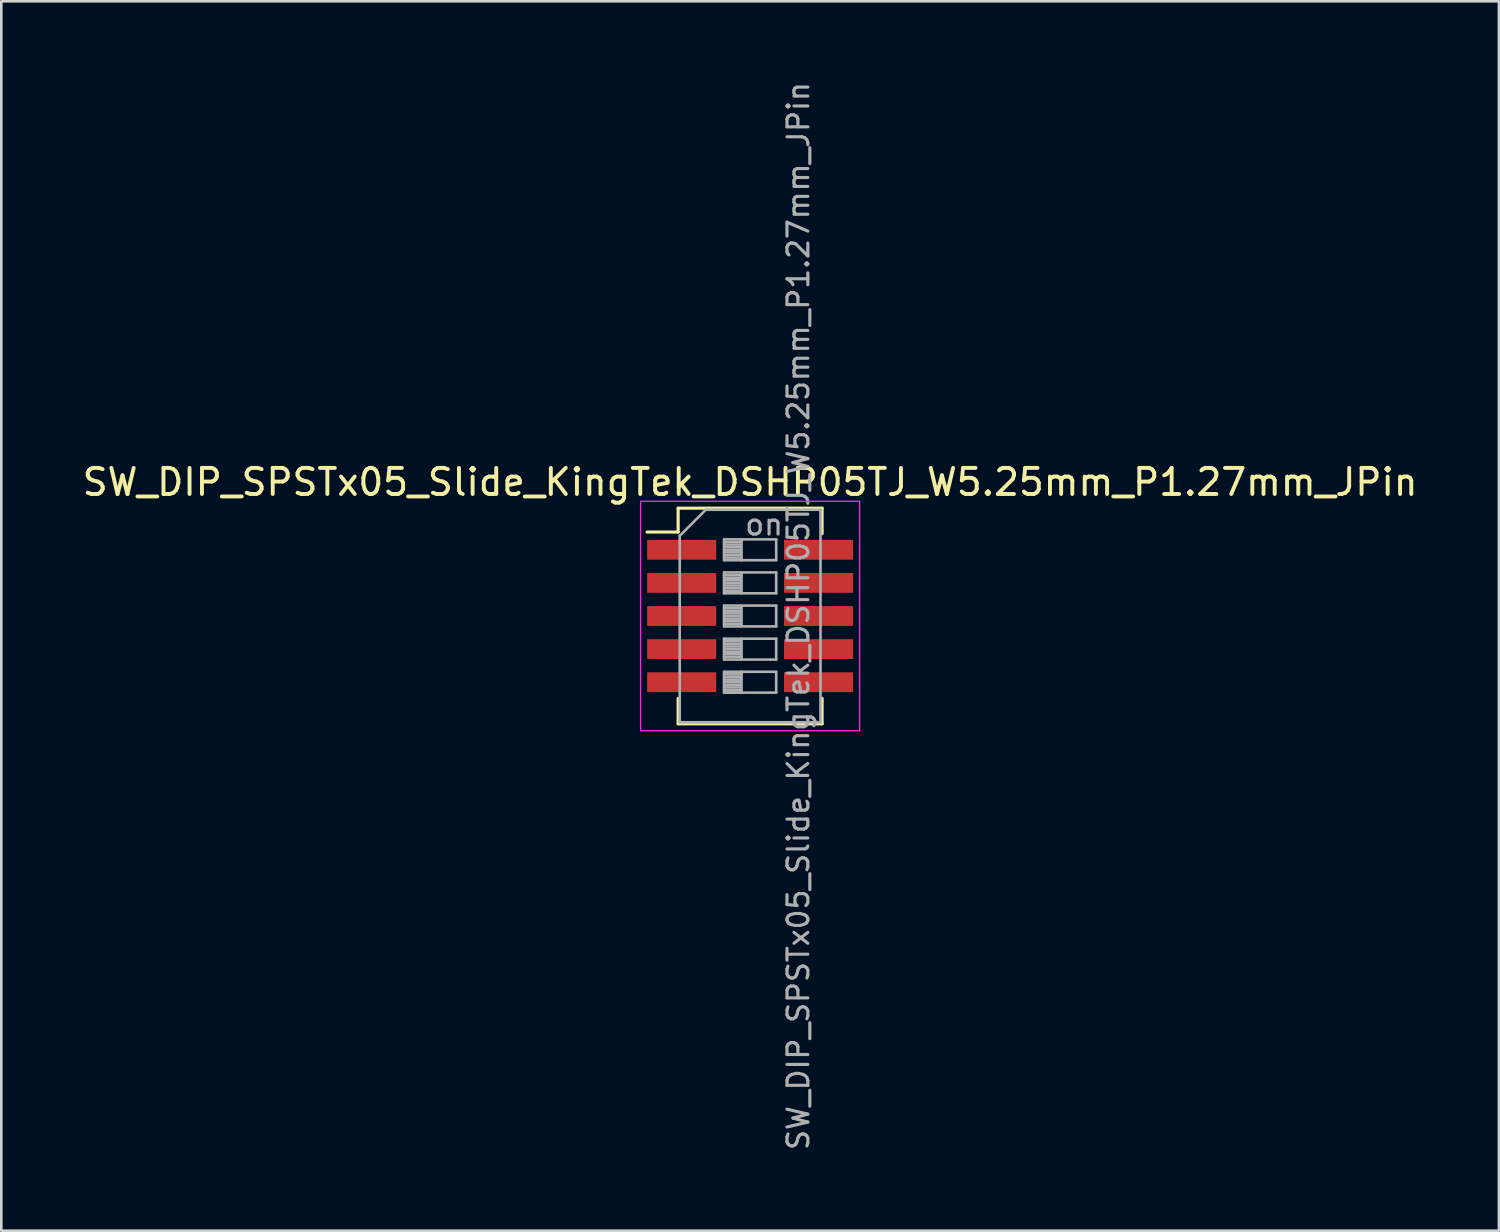
<source format=kicad_pcb>
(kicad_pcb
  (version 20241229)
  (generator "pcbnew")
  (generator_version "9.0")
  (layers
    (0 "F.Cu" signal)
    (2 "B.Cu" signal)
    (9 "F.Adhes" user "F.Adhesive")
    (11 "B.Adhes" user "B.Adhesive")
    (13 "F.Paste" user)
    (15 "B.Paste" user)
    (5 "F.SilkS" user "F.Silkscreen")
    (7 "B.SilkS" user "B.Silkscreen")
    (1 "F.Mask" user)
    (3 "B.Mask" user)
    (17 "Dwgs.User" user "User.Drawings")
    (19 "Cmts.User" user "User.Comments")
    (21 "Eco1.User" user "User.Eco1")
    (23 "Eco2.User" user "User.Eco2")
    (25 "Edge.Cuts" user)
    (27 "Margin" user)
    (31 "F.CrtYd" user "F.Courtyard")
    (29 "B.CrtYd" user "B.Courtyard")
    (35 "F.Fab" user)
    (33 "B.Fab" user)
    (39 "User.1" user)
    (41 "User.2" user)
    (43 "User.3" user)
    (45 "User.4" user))
  (footprint "SW_DIP_SPSTx05_Slide_KingTek_DSHP05TJ_W5.25mm_P1.27mm_JPin"
    (layer "F.Cu")
    (at 25.72 20.576)
    (property "Reference" "SW_DIP_SPSTx05_Slide_KingTek_DSHP05TJ_W5.25mm_P1.27mm_JPin" (at 0 -5.135 0) (layer "F.SilkS") (effects (font (size 1 1) (thickness 0.15))))
    (attr smd)
    (fp_line (start -3.951 -3.22) (end -2.761 -3.22) (stroke (width 0.12) (type solid)) (layer "F.SilkS"))
    (fp_line (start -2.761 -4.135) (end -2.761 -3.22) (stroke (width 0.12) (type solid)) (layer "F.SilkS"))
    (fp_line (start -2.761 -4.135) (end 2.76 -4.135) (stroke (width 0.12) (type solid)) (layer "F.SilkS"))
    (fp_line (start -2.761 3.16) (end -2.761 4.135) (stroke (width 0.12) (type solid)) (layer "F.SilkS"))
    (fp_line (start -2.761 4.135) (end 2.76 4.135) (stroke (width 0.12) (type solid)) (layer "F.SilkS"))
    (fp_line (start 2.76 -4.135) (end 2.76 -3.16) (stroke (width 0.12) (type solid)) (layer "F.SilkS"))
    (fp_line (start 2.76 3.16) (end 2.76 4.135) (stroke (width 0.12) (type solid)) (layer "F.SilkS"))
    (fp_line (start -4.2 -4.4) (end -4.2 4.4) (stroke (width 0.05) (type solid)) (layer "F.CrtYd"))
    (fp_line (start -4.2 4.4) (end 4.2 4.4) (stroke (width 0.05) (type solid)) (layer "F.CrtYd"))
    (fp_line (start 4.2 -4.4) (end -4.2 -4.4) (stroke (width 0.05) (type solid)) (layer "F.CrtYd"))
    (fp_line (start 4.2 4.4) (end 4.2 -4.4) (stroke (width 0.05) (type solid)) (layer "F.CrtYd"))
    (fp_line (start -2.7 -3.075) (end -1.7 -4.075) (stroke (width 0.1) (type solid)) (layer "F.Fab"))
    (fp_line (start -2.7 4.075) (end -2.7 -3.075) (stroke (width 0.1) (type solid)) (layer "F.Fab"))
    (fp_line (start -1.7 -4.075) (end 2.7 -4.075) (stroke (width 0.1) (type solid)) (layer "F.Fab"))
    (fp_line (start -1 -2.94) (end -1 -2.14) (stroke (width 0.1) (type solid)) (layer "F.Fab"))
    (fp_line (start -1 -2.84) (end -0.333 -2.84) (stroke (width 0.1) (type solid)) (layer "F.Fab"))
    (fp_line (start -1 -2.74) (end -0.333 -2.74) (stroke (width 0.1) (type solid)) (layer "F.Fab"))
    (fp_line (start -1 -2.64) (end -0.333 -2.64) (stroke (width 0.1) (type solid)) (layer "F.Fab"))
    (fp_line (start -1 -2.54) (end -0.333 -2.54) (stroke (width 0.1) (type solid)) (layer "F.Fab"))
    (fp_line (start -1 -2.44) (end -0.333 -2.44) (stroke (width 0.1) (type solid)) (layer "F.Fab"))
    (fp_line (start -1 -2.34) (end -0.333 -2.34) (stroke (width 0.1) (type solid)) (layer "F.Fab"))
    (fp_line (start -1 -2.24) (end -0.333 -2.24) (stroke (width 0.1) (type solid)) (layer "F.Fab"))
    (fp_line (start -1 -2.14) (end 1 -2.14) (stroke (width 0.1) (type solid)) (layer "F.Fab"))
    (fp_line (start -1 -1.67) (end -1 -0.87) (stroke (width 0.1) (type solid)) (layer "F.Fab"))
    (fp_line (start -1 -1.57) (end -0.333 -1.57) (stroke (width 0.1) (type solid)) (layer "F.Fab"))
    (fp_line (start -1 -1.47) (end -0.333 -1.47) (stroke (width 0.1) (type solid)) (layer "F.Fab"))
    (fp_line (start -1 -1.37) (end -0.333 -1.37) (stroke (width 0.1) (type solid)) (layer "F.Fab"))
    (fp_line (start -1 -1.27) (end -0.333 -1.27) (stroke (width 0.1) (type solid)) (layer "F.Fab"))
    (fp_line (start -1 -1.17) (end -0.333 -1.17) (stroke (width 0.1) (type solid)) (layer "F.Fab"))
    (fp_line (start -1 -1.07) (end -0.333 -1.07) (stroke (width 0.1) (type solid)) (layer "F.Fab"))
    (fp_line (start -1 -0.97) (end -0.333 -0.97) (stroke (width 0.1) (type solid)) (layer "F.Fab"))
    (fp_line (start -1 -0.87) (end 1 -0.87) (stroke (width 0.1) (type solid)) (layer "F.Fab"))
    (fp_line (start -1 -0.4) (end -1 0.4) (stroke (width 0.1) (type solid)) (layer "F.Fab"))
    (fp_line (start -1 -0.3) (end -0.333 -0.3) (stroke (width 0.1) (type solid)) (layer "F.Fab"))
    (fp_line (start -1 -0.2) (end -0.333 -0.2) (stroke (width 0.1) (type solid)) (layer "F.Fab"))
    (fp_line (start -1 -0.1) (end -0.333 -0.1) (stroke (width 0.1) (type solid)) (layer "F.Fab"))
    (fp_line (start -1 0) (end -0.333 0) (stroke (width 0.1) (type solid)) (layer "F.Fab"))
    (fp_line (start -1 0.1) (end -0.333 0.1) (stroke (width 0.1) (type solid)) (layer "F.Fab"))
    (fp_line (start -1 0.2) (end -0.333 0.2) (stroke (width 0.1) (type solid)) (layer "F.Fab"))
    (fp_line (start -1 0.3) (end -0.333 0.3) (stroke (width 0.1) (type solid)) (layer "F.Fab"))
    (fp_line (start -1 0.4) (end 1 0.4) (stroke (width 0.1) (type solid)) (layer "F.Fab"))
    (fp_line (start -1 0.87) (end -1 1.67) (stroke (width 0.1) (type solid)) (layer "F.Fab"))
    (fp_line (start -1 0.97) (end -0.333 0.97) (stroke (width 0.1) (type solid)) (layer "F.Fab"))
    (fp_line (start -1 1.07) (end -0.333 1.07) (stroke (width 0.1) (type solid)) (layer "F.Fab"))
    (fp_line (start -1 1.17) (end -0.333 1.17) (stroke (width 0.1) (type solid)) (layer "F.Fab"))
    (fp_line (start -1 1.27) (end -0.333 1.27) (stroke (width 0.1) (type solid)) (layer "F.Fab"))
    (fp_line (start -1 1.37) (end -0.333 1.37) (stroke (width 0.1) (type solid)) (layer "F.Fab"))
    (fp_line (start -1 1.47) (end -0.333 1.47) (stroke (width 0.1) (type solid)) (layer "F.Fab"))
    (fp_line (start -1 1.57) (end -0.333 1.57) (stroke (width 0.1) (type solid)) (layer "F.Fab"))
    (fp_line (start -1 1.67) (end 1 1.67) (stroke (width 0.1) (type solid)) (layer "F.Fab"))
    (fp_line (start -1 2.14) (end -1 2.94) (stroke (width 0.1) (type solid)) (layer "F.Fab"))
    (fp_line (start -1 2.24) (end -0.333 2.24) (stroke (width 0.1) (type solid)) (layer "F.Fab"))
    (fp_line (start -1 2.34) (end -0.333 2.34) (stroke (width 0.1) (type solid)) (layer "F.Fab"))
    (fp_line (start -1 2.44) (end -0.333 2.44) (stroke (width 0.1) (type solid)) (layer "F.Fab"))
    (fp_line (start -1 2.54) (end -0.333 2.54) (stroke (width 0.1) (type solid)) (layer "F.Fab"))
    (fp_line (start -1 2.64) (end -0.333 2.64) (stroke (width 0.1) (type solid)) (layer "F.Fab"))
    (fp_line (start -1 2.74) (end -0.333 2.74) (stroke (width 0.1) (type solid)) (layer "F.Fab"))
    (fp_line (start -1 2.84) (end -0.333 2.84) (stroke (width 0.1) (type solid)) (layer "F.Fab"))
    (fp_line (start -1 2.94) (end -0.333 2.94) (stroke (width 0.1) (type solid)) (layer "F.Fab"))
    (fp_line (start -1 2.94) (end 1 2.94) (stroke (width 0.1) (type solid)) (layer "F.Fab"))
    (fp_line (start -0.333 -2.94) (end -0.333 -2.14) (stroke (width 0.1) (type solid)) (layer "F.Fab"))
    (fp_line (start -0.333 -1.67) (end -0.333 -0.87) (stroke (width 0.1) (type solid)) (layer "F.Fab"))
    (fp_line (start -0.333 -0.4) (end -0.333 0.4) (stroke (width 0.1) (type solid)) (layer "F.Fab"))
    (fp_line (start -0.333 0.87) (end -0.333 1.67) (stroke (width 0.1) (type solid)) (layer "F.Fab"))
    (fp_line (start -0.333 2.14) (end -0.333 2.94) (stroke (width 0.1) (type solid)) (layer "F.Fab"))
    (fp_line (start 1 -2.94) (end -1 -2.94) (stroke (width 0.1) (type solid)) (layer "F.Fab"))
    (fp_line (start 1 -2.14) (end 1 -2.94) (stroke (width 0.1) (type solid)) (layer "F.Fab"))
    (fp_line (start 1 -1.67) (end -1 -1.67) (stroke (width 0.1) (type solid)) (layer "F.Fab"))
    (fp_line (start 1 -0.87) (end 1 -1.67) (stroke (width 0.1) (type solid)) (layer "F.Fab"))
    (fp_line (start 1 -0.4) (end -1 -0.4) (stroke (width 0.1) (type solid)) (layer "F.Fab"))
    (fp_line (start 1 0.4) (end 1 -0.4) (stroke (width 0.1) (type solid)) (layer "F.Fab"))
    (fp_line (start 1 0.87) (end -1 0.87) (stroke (width 0.1) (type solid)) (layer "F.Fab"))
    (fp_line (start 1 1.67) (end 1 0.87) (stroke (width 0.1) (type solid)) (layer "F.Fab"))
    (fp_line (start 1 2.14) (end -1 2.14) (stroke (width 0.1) (type solid)) (layer "F.Fab"))
    (fp_line (start 1 2.94) (end 1 2.14) (stroke (width 0.1) (type solid)) (layer "F.Fab"))
    (fp_line (start 2.7 -4.075) (end 2.7 4.075) (stroke (width 0.1) (type solid)) (layer "F.Fab"))
    (fp_line (start 2.7 4.075) (end -2.7 4.075) (stroke (width 0.1) (type solid)) (layer "F.Fab"))
    (fp_text user "on" (at 0.537 -3.507 0) (layer "F.Fab") (effects (font (size 0.8 0.8) (thickness 0.12))))
    (fp_text user "${REFERENCE}" (at 1.85 0 90) (layer "F.Fab") (effects (font (size 0.8 0.8) (thickness 0.12))))
    (pad "1" smd rect (at -2.625 -2.54) (size 2.65 0.76) (layers "F.Cu" "F.Mask" "F.Paste"))
    (pad "2" smd rect (at -2.625 -1.27) (size 2.65 0.76) (layers "F.Cu" "F.Mask" "F.Paste"))
    (pad "3" smd rect (at -2.625 0) (size 2.65 0.76) (layers "F.Cu" "F.Mask" "F.Paste"))
    (pad "4" smd rect (at -2.625 1.27) (size 2.65 0.76) (layers "F.Cu" "F.Mask" "F.Paste"))
    (pad "5" smd rect (at -2.625 2.54) (size 2.65 0.76) (layers "F.Cu" "F.Mask" "F.Paste"))
    (pad "6" smd rect (at 2.625 2.54) (size 2.65 0.76) (layers "F.Cu" "F.Mask" "F.Paste"))
    (pad "7" smd rect (at 2.625 1.27) (size 2.65 0.76) (layers "F.Cu" "F.Mask" "F.Paste"))
    (pad "8" smd rect (at 2.625 0) (size 2.65 0.76) (layers "F.Cu" "F.Mask" "F.Paste"))
    (pad "9" smd rect (at 2.625 -1.27) (size 2.65 0.76) (layers "F.Cu" "F.Mask" "F.Paste"))
    (pad "10" smd rect (at 2.625 -2.54) (size 2.65 0.76) (layers "F.Cu" "F.Mask" "F.Paste")))
  (gr_rect
    (start -3 -3)
    (end 54.44 44.152)
    (stroke (width 0.1) (type default))
    (fill no)
    (layer "Edge.Cuts")))
</source>
